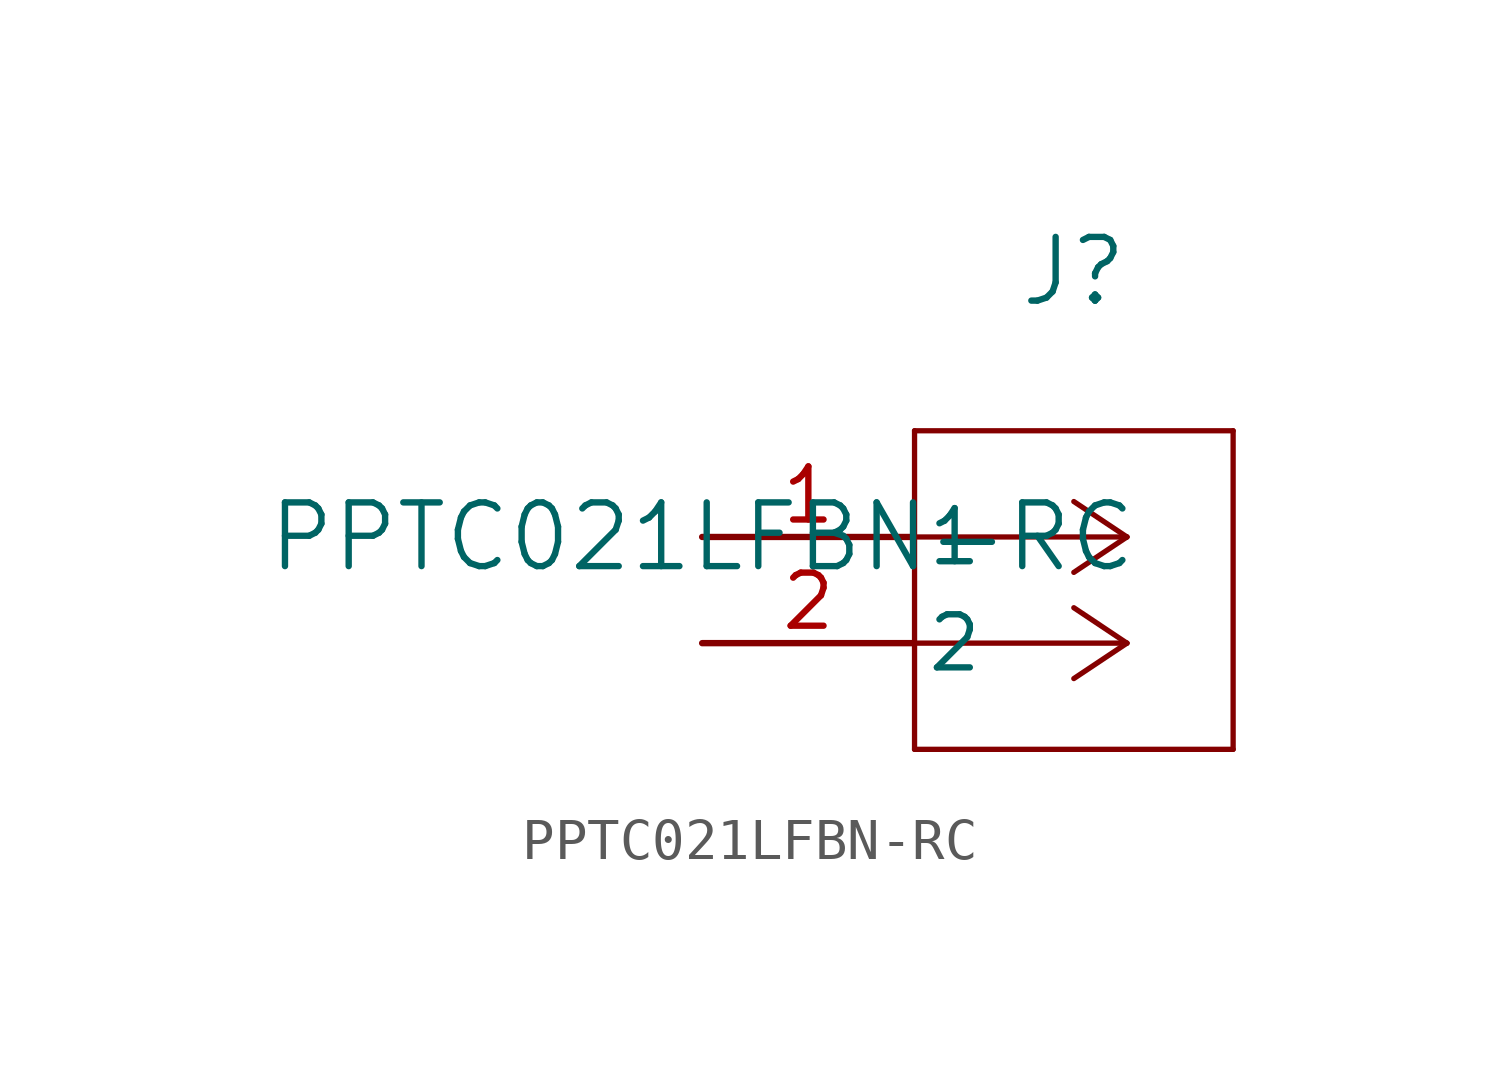
<source format=kicad_sym>
(kicad_symbol_lib
  (version 20211014)
  (generator kicad_symbol_editor)
  (symbol "PPTC021LFBN-RC"
    (pin_names
      (offset 0.254))
    (property "Reference" "J"
      (at 8.89 6.35 0)
      (effects (font (size 1.524 1.524))))
    (property "Value" "PPTC021LFBN-RC"
      (at 0 0 0)
      (effects (font (size 1.524 1.524))))
    (symbol "PPTC021LFBN-RC_0_1"
      (polyline (pts (xy 10.16 0) (xy 5.08 0)) (stroke (width 0.127) (type default) (color 0 0 0 0)) (fill (type none)))
      (polyline (pts (xy 10.16 -2.54) (xy 5.08 -2.54)) (stroke (width 0.127) (type default) (color 0 0 0 0)) (fill (type none)))
      (polyline (pts (xy 10.16 0) (xy 8.89 0.847)) (stroke (width 0.127) (type default) (color 0 0 0 0)) (fill (type none)))
      (polyline (pts (xy 10.16 -2.54) (xy 8.89 -1.693)) (stroke (width 0.127) (type default) (color 0 0 0 0)) (fill (type none)))
      (polyline (pts (xy 10.16 0) (xy 8.89 -0.847)) (stroke (width 0.127) (type default) (color 0 0 0 0)) (fill (type none)))
      (polyline (pts (xy 10.16 -2.54) (xy 8.89 -3.387)) (stroke (width 0.127) (type default) (color 0 0 0 0)) (fill (type none)))
      (polyline (pts (xy 5.08 2.54) (xy 5.08 -5.08)) (stroke (width 0.127) (type default) (color 0 0 0 0)) (fill (type none)))
      (polyline (pts (xy 5.08 -5.08) (xy 12.7 -5.08)) (stroke (width 0.127) (type default) (color 0 0 0 0)) (fill (type none)))
      (polyline (pts (xy 12.7 -5.08) (xy 12.7 2.54)) (stroke (width 0.127) (type default) (color 0 0 0 0)) (fill (type none)))
      (polyline (pts (xy 12.7 2.54) (xy 5.08 2.54)) (stroke (width 0.127) (type default) (color 0 0 0 0)) (fill (type none)))
      (pin unspecified line (at 0 0 0) (length 5.08) (name "1" (effects (font (size 1.27 1.27)))) (number "1" (effects (font (size 1.27 1.27)))))
      (pin unspecified line (at 0 -2.54 0) (length 5.08) (name "2" (effects (font (size 1.27 1.27)))) (number "2" (effects (font (size 1.27 1.27))))))))
</source>
